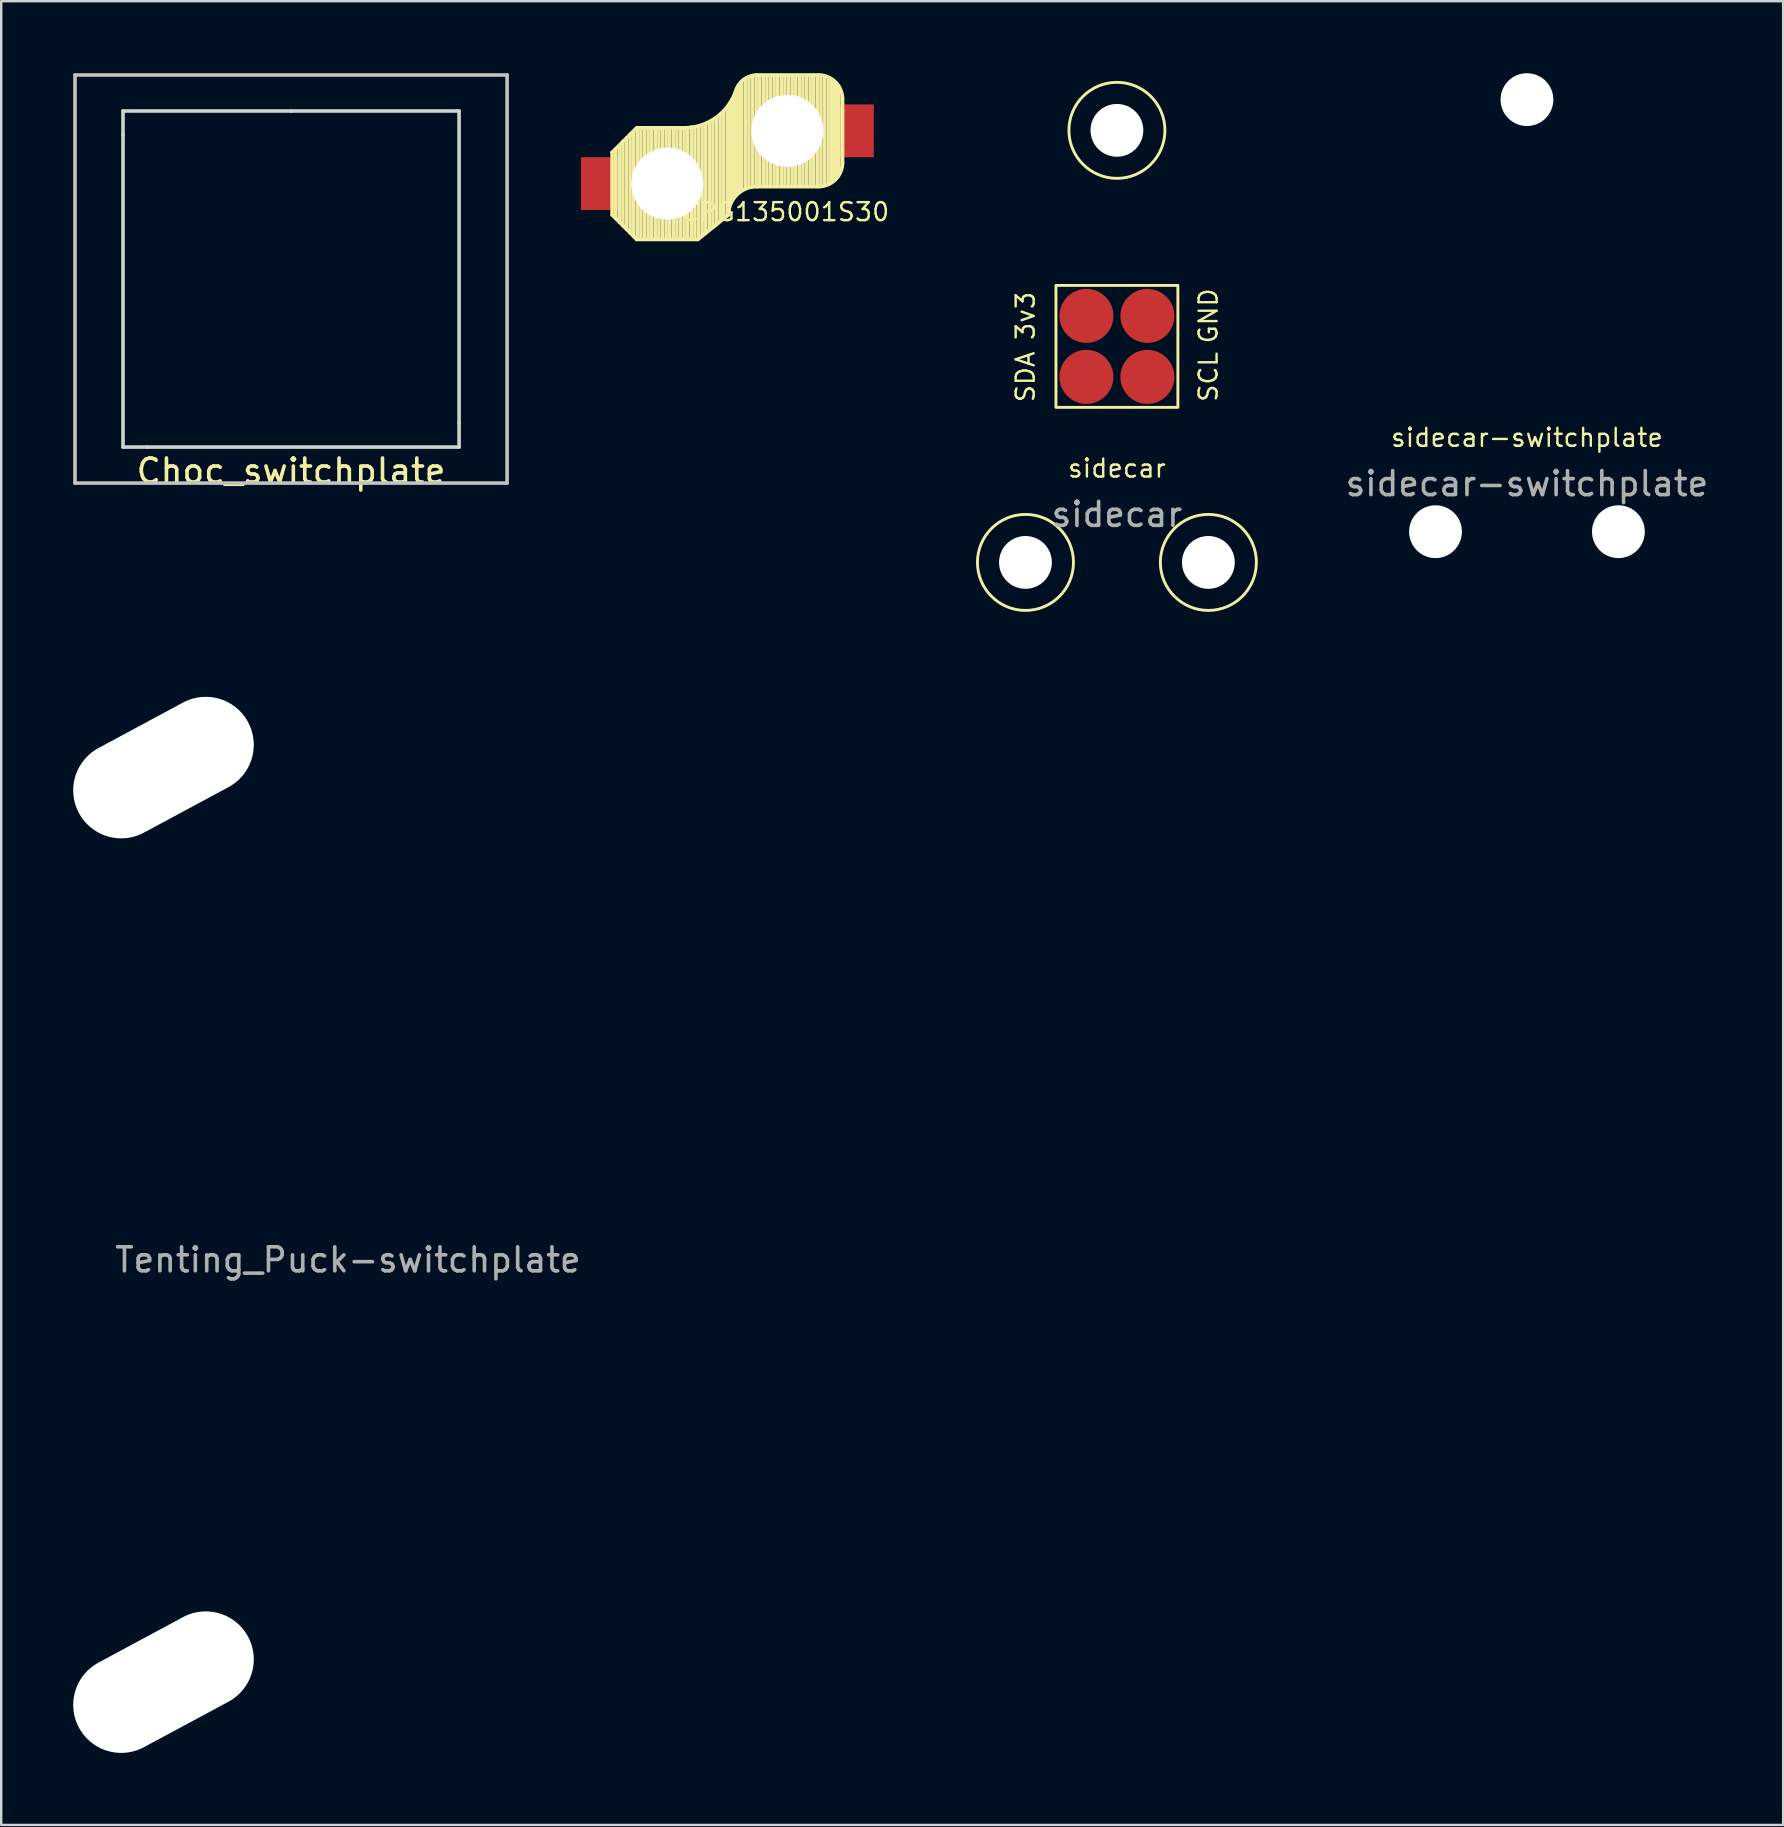
<source format=kicad_pcb>
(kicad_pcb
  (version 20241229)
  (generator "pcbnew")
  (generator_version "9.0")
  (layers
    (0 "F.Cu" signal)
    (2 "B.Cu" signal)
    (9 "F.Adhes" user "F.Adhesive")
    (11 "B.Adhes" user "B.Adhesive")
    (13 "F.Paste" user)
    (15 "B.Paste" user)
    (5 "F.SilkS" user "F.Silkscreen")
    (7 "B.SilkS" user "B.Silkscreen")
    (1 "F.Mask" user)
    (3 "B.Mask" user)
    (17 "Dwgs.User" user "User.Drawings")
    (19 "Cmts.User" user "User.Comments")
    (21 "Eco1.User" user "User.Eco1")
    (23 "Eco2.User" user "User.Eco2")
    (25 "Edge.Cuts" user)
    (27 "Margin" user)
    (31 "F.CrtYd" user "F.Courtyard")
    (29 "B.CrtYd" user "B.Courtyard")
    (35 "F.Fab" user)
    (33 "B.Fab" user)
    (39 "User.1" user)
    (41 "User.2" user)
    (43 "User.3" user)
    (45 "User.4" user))
  (footprint "CPG135001S30"
    (layer "F.Cu")
    (at 27.25 3.5)
    (property "Reference" "CPG135001S30" (at 2.406 2.278 180) (layer "F.SilkS") (effects (font (size 0.75 0.75) (thickness 0.1))))
    (attr through_hole)
    (fp_line (start -4.8 -0.2) (end -3.775 -1.225) (stroke (width 0.15) (type solid)) (layer "F.SilkS"))
    (fp_line (start -4.8 2.4) (end -4.8 -0.2) (stroke (width 0.15) (type solid)) (layer "F.SilkS"))
    (fp_line (start -4.8 2.4) (end -3.775 3.425) (stroke (width 0.15) (type solid)) (layer "F.SilkS"))
    (fp_line (start -4.65 -0.35) (end -4.65 2.55) (stroke (width 0.15) (type solid)) (layer "F.SilkS"))
    (fp_line (start -4.5 -0.45) (end -4.5 2.7) (stroke (width 0.15) (type solid)) (layer "F.SilkS"))
    (fp_line (start -4.35 -0.65) (end -4.35 2.85) (stroke (width 0.15) (type solid)) (layer "F.SilkS"))
    (fp_line (start -4.2 -0.8) (end -4.2 3) (stroke (width 0.15) (type solid)) (layer "F.SilkS"))
    (fp_line (start -4.05 -0.95) (end -4.05 3.15) (stroke (width 0.15) (type solid)) (layer "F.SilkS"))
    (fp_line (start -3.9 -1.05) (end -3.9 3.3) (stroke (width 0.15) (type solid)) (layer "F.SilkS"))
    (fp_line (start -3.75 -1.2) (end -3.75 3.4) (stroke (width 0.15) (type solid)) (layer "F.SilkS"))
    (fp_line (start -3.6 -1.2) (end -3.6 3.4) (stroke (width 0.15) (type solid)) (layer "F.SilkS"))
    (fp_line (start -3.45 -1.2) (end -3.45 3.4) (stroke (width 0.15) (type solid)) (layer "F.SilkS"))
    (fp_line (start -3.3 -1.2) (end -3.3 3.4) (stroke (width 0.15) (type solid)) (layer "F.SilkS"))
    (fp_line (start -3.15 -1.2) (end -3.15 3.4) (stroke (width 0.15) (type solid)) (layer "F.SilkS"))
    (fp_line (start -3 -1.2) (end -3 3.4) (stroke (width 0.15) (type solid)) (layer "F.SilkS"))
    (fp_line (start -2.85 -1.2) (end -2.85 3.4) (stroke (width 0.15) (type solid)) (layer "F.SilkS"))
    (fp_line (start -2.7 -1.2) (end -2.7 3.4) (stroke (width 0.15) (type solid)) (layer "F.SilkS"))
    (fp_line (start -2.55 -1.2) (end -2.55 3.4) (stroke (width 0.15) (type solid)) (layer "F.SilkS"))
    (fp_line (start -2.4 -1.2) (end -2.4 3.4) (stroke (width 0.15) (type solid)) (layer "F.SilkS"))
    (fp_line (start -2.25 -1.2) (end -2.25 3.4) (stroke (width 0.15) (type solid)) (layer "F.SilkS"))
    (fp_line (start -2.1 -1.2) (end -2.1 3.4) (stroke (width 0.15) (type solid)) (layer "F.SilkS"))
    (fp_line (start -1.95 -1.2) (end -1.95 3.4) (stroke (width 0.15) (type solid)) (layer "F.SilkS"))
    (fp_line (start -1.8 -1.225) (end -3.775 -1.225) (stroke (width 0.15) (type solid)) (layer "F.SilkS"))
    (fp_line (start -1.8 -1.2) (end -1.8 3.4) (stroke (width 0.15) (type solid)) (layer "F.SilkS"))
    (fp_line (start -1.65 -1.2) (end -1.65 3.35) (stroke (width 0.15) (type solid)) (layer "F.SilkS"))
    (fp_line (start -1.5 -1.25) (end -1.5 3.4) (stroke (width 0.15) (type solid)) (layer "F.SilkS"))
    (fp_line (start -1.35 -1.25) (end -1.35 3.4) (stroke (width 0.15) (type solid)) (layer "F.SilkS"))
    (fp_line (start -1.225 3.425) (end -3.775 3.425) (stroke (width 0.15) (type solid)) (layer "F.SilkS"))
    (fp_line (start -1.225 3.425) (end 0.05 2.4) (stroke (width 0.15) (type solid)) (layer "F.SilkS"))
    (fp_line (start -1.2 -1.25) (end -1.2 3.35) (stroke (width 0.15) (type solid)) (layer "F.SilkS"))
    (fp_line (start -1.05 -1.3) (end -1.05 3.25) (stroke (width 0.15) (type solid)) (layer "F.SilkS"))
    (fp_line (start -0.9 -1.4) (end -0.9 3.15) (stroke (width 0.15) (type solid)) (layer "F.SilkS"))
    (fp_line (start -0.75 -1.45) (end -0.75 3) (stroke (width 0.15) (type solid)) (layer "F.SilkS"))
    (fp_line (start -0.6 -1.55) (end -0.6 2.9) (stroke (width 0.15) (type solid)) (layer "F.SilkS"))
    (fp_line (start -0.45 -1.65) (end -0.45 2.75) (stroke (width 0.15) (type solid)) (layer "F.SilkS"))
    (fp_line (start -0.3 -1.75) (end -0.3 2.65) (stroke (width 0.15) (type solid)) (layer "F.SilkS"))
    (fp_line (start -0.15 -1.9) (end -0.15 2.55) (stroke (width 0.15) (type solid)) (layer "F.SilkS"))
    (fp_line (start 0 -2.05) (end 0 2.4) (stroke (width 0.15) (type solid)) (layer "F.SilkS"))
    (fp_line (start 0.1 -2.25) (end 0.1 1.9) (stroke (width 0.15) (type solid)) (layer "F.SilkS"))
    (fp_line (start 0.2 -2.4) (end 0.2 1.75) (stroke (width 0.15) (type solid)) (layer "F.SilkS"))
    (fp_line (start 0.3 -2.6) (end 0.3 1.55) (stroke (width 0.15) (type solid)) (layer "F.SilkS"))
    (fp_line (start 0.4 -2.75) (end 0.4 1.45) (stroke (width 0.15) (type solid)) (layer "F.SilkS"))
    (fp_line (start 0.5 -3) (end 0.5 1.4) (stroke (width 0.15) (type solid)) (layer "F.SilkS"))
    (fp_line (start 0.6 -3.15) (end 0.6 1.35) (stroke (width 0.15) (type solid)) (layer "F.SilkS"))
    (fp_line (start 0.75 -3.25) (end 0.75 1.3) (stroke (width 0.15) (type solid)) (layer "F.SilkS"))
    (fp_line (start 0.9 -3.35) (end 0.9 1.2) (stroke (width 0.15) (type solid)) (layer "F.SilkS"))
    (fp_line (start 1.05 -3.4) (end 1.05 1.2) (stroke (width 0.15) (type solid)) (layer "F.SilkS"))
    (fp_line (start 1.2 -3.4) (end 1.2 1.2) (stroke (width 0.15) (type solid)) (layer "F.SilkS"))
    (fp_line (start 1.35 -3.4) (end 1.35 1.15) (stroke (width 0.15) (type solid)) (layer "F.SilkS"))
    (fp_line (start 1.5 -3.4) (end 1.5 1.2) (stroke (width 0.15) (type solid)) (layer "F.SilkS"))
    (fp_line (start 1.65 -3.4) (end 1.65 1.2) (stroke (width 0.15) (type solid)) (layer "F.SilkS"))
    (fp_line (start 1.8 -3.4) (end 1.8 1.2) (stroke (width 0.15) (type solid)) (layer "F.SilkS"))
    (fp_line (start 1.95 -3.4) (end 1.95 1.2) (stroke (width 0.15) (type solid)) (layer "F.SilkS"))
    (fp_line (start 2.1 -3.4) (end 2.1 1.2) (stroke (width 0.15) (type solid)) (layer "F.SilkS"))
    (fp_line (start 2.25 -3.4) (end 2.25 1.2) (stroke (width 0.15) (type solid)) (layer "F.SilkS"))
    (fp_line (start 2.4 -3.4) (end 2.4 1.2) (stroke (width 0.15) (type solid)) (layer "F.SilkS"))
    (fp_line (start 2.55 -3.4) (end 2.55 1.2) (stroke (width 0.15) (type solid)) (layer "F.SilkS"))
    (fp_line (start 2.7 -3.4) (end 2.7 1.2) (stroke (width 0.15) (type solid)) (layer "F.SilkS"))
    (fp_line (start 2.85 -3.4) (end 2.85 1.2) (stroke (width 0.15) (type solid)) (layer "F.SilkS"))
    (fp_line (start 3 -3.4) (end 3 1.2) (stroke (width 0.15) (type solid)) (layer "F.SilkS"))
    (fp_line (start 3.15 -3.4) (end 3.15 1.2) (stroke (width 0.15) (type solid)) (layer "F.SilkS"))
    (fp_line (start 3.3 -3.4) (end 3.3 1.2) (stroke (width 0.15) (type solid)) (layer "F.SilkS"))
    (fp_line (start 3.45 -3.4) (end 3.45 1.2) (stroke (width 0.15) (type solid)) (layer "F.SilkS"))
    (fp_line (start 3.6 -3.4) (end 3.6 1.2) (stroke (width 0.15) (type solid)) (layer "F.SilkS"))
    (fp_line (start 3.75 -3.4) (end 3.75 1.2) (stroke (width 0.15) (type solid)) (layer "F.SilkS"))
    (fp_line (start 3.8 -3.425) (end 1.2 -3.425) (stroke (width 0.15) (type solid)) (layer "F.SilkS"))
    (fp_line (start 3.8 1.225) (end 1.225 1.225) (stroke (width 0.15) (type solid)) (layer "F.SilkS"))
    (fp_line (start 3.9 -3.4) (end 3.9 1.15) (stroke (width 0.15) (type solid)) (layer "F.SilkS"))
    (fp_line (start 4.05 -3.35) (end 4.05 1.15) (stroke (width 0.15) (type solid)) (layer "F.SilkS"))
    (fp_line (start 4.2 -3.3) (end 4.2 1.1) (stroke (width 0.15) (type solid)) (layer "F.SilkS"))
    (fp_line (start 4.35 -3.2) (end 4.35 1) (stroke (width 0.15) (type solid)) (layer "F.SilkS"))
    (fp_line (start 4.45 -3.1) (end 4.45 0.85) (stroke (width 0.15) (type solid)) (layer "F.SilkS"))
    (fp_line (start 4.55 -3) (end 4.55 0.75) (stroke (width 0.15) (type solid)) (layer "F.SilkS"))
    (fp_line (start 4.65 -2.85) (end 4.65 0.7) (stroke (width 0.15) (type solid)) (layer "F.SilkS"))
    (fp_line (start 4.8 0.225) (end 4.8 -2.425) (stroke (width 0.15) (type solid)) (layer "F.SilkS"))
    (fp_arc (start 0.05 2.4) (mid 0.39415 1.56915) (end 1.225 1.225) (stroke (width 0.15) (type solid)) (layer "F.SilkS"))
    (fp_arc (start 0.337801 -2.721904) (mid -0.495113 -1.636429) (end -1.8 -1.225) (stroke (width 0.15) (type solid)) (layer "F.SilkS"))
    (fp_arc (start 0.337801 -2.721904) (mid 0.651715 -3.216022) (end 1.199005 -3.423791) (stroke (width 0.15) (type solid)) (layer "F.SilkS"))
    (fp_arc (start 3.8 -3.425) (mid 4.507107 -3.132107) (end 4.8 -2.425) (stroke (width 0.15) (type solid)) (layer "F.SilkS"))
    (fp_arc (start 4.8 0.225) (mid 4.507107 0.932107) (end 3.8 1.225) (stroke (width 0.15) (type solid)) (layer "F.SilkS"))
    (pad "" np_thru_hole circle (at -2.5 1.1 90) (size 3 3) (drill 3) (layers "*.Cu" "*.Mask"))
    (pad "" np_thru_hole circle (at 2.5 -1.1 90) (size 3 3) (drill 3) (layers "*.Cu" "*.Mask"))
    (pad "1" smd rect (at 5.3 -1.1) (size 1.6 2.2) (layers "F.Cu" "F.Mask" "F.Paste"))
    (pad "2" smd rect (at -5.3 1.1) (size 1.6 2.2) (layers "F.Cu" "F.Mask" "F.Paste")))
  (footprint "Tenting_Puck-switchplate"
    (layer "F.Cu")
    (at 3.761 47.977)
    (property "Reference" "Tenting_Puck-switchplate" (at 7.683 1.46 180) (layer "F.Fab") (effects (font (size 1 1) (thickness 0.15))))
    (attr board_only exclude_from_pos_files exclude_from_bom allow_missing_courtyard)
    (pad "" np_thru_hole oval (at 0 -19.05 118.278) (size 4 8) (drill oval 4 8) (layers "*.Cu" "*.Mask"))
    (pad "" np_thru_hole oval (at 0 19.05 118.278) (size 4 8) (drill oval 4 8) (layers "*.Cu" "*.Mask")))
  (footprint "sidecar"
    (layer "F.Cu")
    (at 43.48 11.38)
    (property "Reference" "sidecar" (at 0 5.08 0) (unlocked yes) (layer "F.SilkS") (effects (font (size 0.75 0.75) (thickness 0.1))))
    (attr exclude_from_pos_files exclude_from_bom)
    (fp_rect (start -2.54 -2.54) (end 2.54 2.54) (stroke (width 0.12) (type solid)) (fill no) (layer "F.SilkS"))
    (fp_circle (center -3.81 9) (end -1.81 9) (stroke (width 0.12) (type solid)) (fill no) (layer "F.SilkS"))
    (fp_circle (center 0 -9) (end 2 -9) (stroke (width 0.12) (type solid)) (fill no) (layer "F.SilkS"))
    (fp_circle (center 3.81 9) (end 5.81 9) (stroke (width 0.12) (type solid)) (fill no) (layer "F.SilkS"))
    (fp_line (start -6.35 -11.32) (end -6.35 11.54) (stroke (width 0.12) (type solid)) (layer "Eco1.User"))
    (fp_line (start -6.35 -11.32) (end 6.35 -11.32) (stroke (width 0.12) (type solid)) (layer "Eco1.User"))
    (fp_line (start -6.35 11.54) (end 6.35 11.54) (stroke (width 0.12) (type solid)) (layer "Eco1.User"))
    (fp_line (start 6.35 -11.32) (end 6.35 11.54) (stroke (width 0.12) (type solid)) (layer "Eco1.User"))
    (fp_text user "SDA" (at -3.81 1.27 270) (layer "F.SilkS") (effects (font (size 0.75 0.75) (thickness 0.1))))
    (fp_text user "GND" (at 3.81 -1.27 270) (layer "F.SilkS") (effects (font (size 0.75 0.75) (thickness 0.1))))
    (fp_text user "SCL" (at 3.81 1.27 270) (layer "F.SilkS") (effects (font (size 0.75 0.75) (thickness 0.1))))
    (fp_text user "3v3" (at -3.81 -1.27 270) (layer "F.SilkS") (effects (font (size 0.75 0.75) (thickness 0.1))))
    (fp_text user "${REFERENCE}" (at 0 7 0) (unlocked yes) (layer "F.Fab") (effects (font (size 1 1) (thickness 0.15))))
    (pad "" np_thru_hole circle (at -3.81 9) (size 2.2 2.2) (drill 2.2) (layers "*.Cu" "*.Mask"))
    (pad "" np_thru_hole circle (at 0 -9) (size 2.2 2.2) (drill 2.2) (layers "*.Cu" "*.Mask"))
    (pad "" np_thru_hole circle (at 3.81 9) (size 2.2 2.2) (drill 2.2) (layers "*.Cu" "*.Mask"))
    (pad "1" smd circle (at -1.27 -1.27) (size 2.25 2.25) (layers "F.Cu" "F.Mask"))
    (pad "2" smd circle (at 1.27 -1.27) (size 2.25 2.25) (layers "F.Cu" "F.Mask"))
    (pad "3" smd circle (at 1.27 1.27) (size 2.25 2.25) (layers "F.Cu" "F.Mask"))
    (pad "4" smd circle (at -1.27 1.27) (size 2.25 2.25) (layers "F.Cu" "F.Mask")))
  (footprint "Choc_switchplate"
    (layer "F.Cu")
    (at 9.075 8.575)
    (property "Reference" "Choc_switchplate" (at 0 8 180) (layer "F.SilkS") (effects (font (size 1 1) (thickness 0.15))))
    (attr through_hole board_only exclude_from_pos_files exclude_from_bom)
    (fp_line (start -9 -8.5) (end 9 -8.5) (stroke (width 0.15) (type solid)) (layer "Dwgs.User"))
    (fp_line (start -9 8.5) (end -9 -8.5) (stroke (width 0.15) (type solid)) (layer "Dwgs.User"))
    (fp_line (start 9 -8.5) (end 9 8.5) (stroke (width 0.15) (type solid)) (layer "Dwgs.User"))
    (fp_line (start 9 8.5) (end -9 8.5) (stroke (width 0.15) (type solid)) (layer "Dwgs.User"))
    (fp_line (start -7 -7) (end -7 -6) (stroke (width 0.15) (type solid)) (layer "Edge.Cuts"))
    (fp_line (start -7 -6) (end -7 7) (stroke (width 0.15) (type solid)) (layer "Edge.Cuts"))
    (fp_line (start -7 7) (end -6 7) (stroke (width 0.15) (type solid)) (layer "Edge.Cuts"))
    (fp_line (start 0 -7) (end -7 -7) (stroke (width 0.15) (type solid)) (layer "Edge.Cuts"))
    (fp_line (start 0 -7) (end 7 -7) (stroke (width 0.15) (type solid)) (layer "Edge.Cuts"))
    (fp_line (start 7 -7) (end 7 6) (stroke (width 0.15) (type solid)) (layer "Edge.Cuts"))
    (fp_line (start 7 6) (end 7 7) (stroke (width 0.15) (type solid)) (layer "Edge.Cuts"))
    (fp_line (start 7 7) (end -6 7) (stroke (width 0.15) (type solid)) (layer "Edge.Cuts")))
  (footprint "sidecar-switchplate"
    (layer "F.Cu")
    (at 60.562 10.1)
    (property "Reference" "sidecar-switchplate" (at 0 5.08 0) (unlocked yes) (layer "F.SilkS") (effects (font (size 0.75 0.75) (thickness 0.1))))
    (attr exclude_from_pos_files exclude_from_bom)
    (fp_text user "${REFERENCE}" (at 0 7 0) (unlocked yes) (layer "F.Fab") (effects (font (size 1 1) (thickness 0.15))))
    (pad "" np_thru_hole circle (at -3.81 9) (size 2.2 2.2) (drill 2.2) (layers "*.Cu" "*.Mask"))
    (pad "" np_thru_hole circle (at 0 -9) (size 2.2 2.2) (drill 2.2) (layers "*.Cu" "*.Mask"))
    (pad "" np_thru_hole circle (at 3.81 9) (size 2.2 2.2) (drill 2.2) (layers "*.Cu" "*.Mask")))
  (gr_rect
    (start -3 -3)
    (end 71.235 72.975)
    (stroke (width 0.1) (type default))
    (fill no)
    (layer "Edge.Cuts")))
</source>
